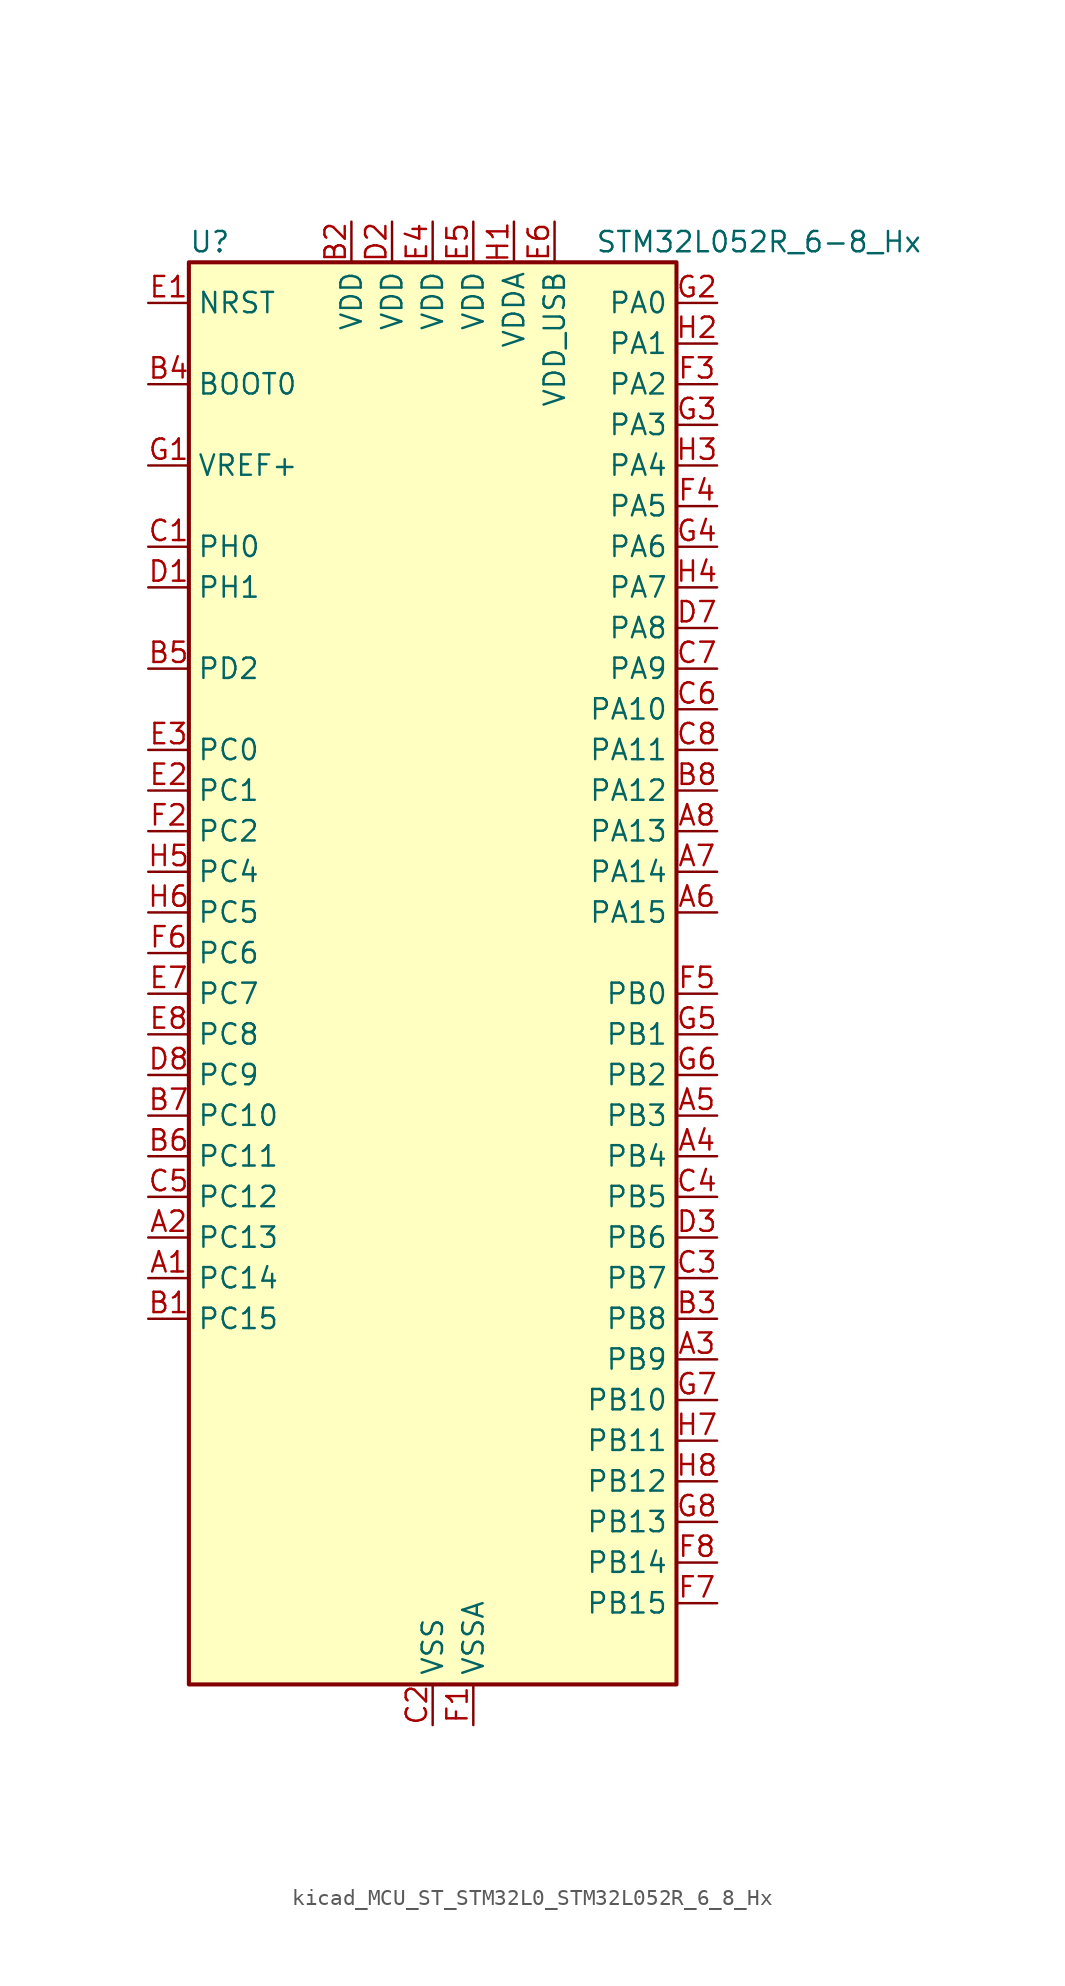
<source format=kicad_sym>
(kicad_symbol_lib
  (version 20220914)
  (generator kicad_symbol_editor)
  (symbol "kicad_MCU_ST_STM32L0_STM32L052R_6_8_Hx"
    (property "Reference" "U"
      (at -15.24 46.99 0)
      (effects (font (size 1.27 1.27)) (justify left)))
    (property "Value" "STM32L052R_6-8_Hx"
      (at 10.16 46.99 0)
      (effects (font (size 1.27 1.27)) (justify left)))
    (property "ki_locked" ""
      (at 0 0 0)
      (effects (font (size 1.27 1.27))))
    (symbol "kicad_MCU_ST_STM32L0_STM32L052R_6_8_Hx_0_1"
      (rectangle (start -15.24 -43.18) (end 15.24 45.72) (stroke (width 0.254) (type default)) (fill (type background))))
    (symbol "kicad_MCU_ST_STM32L0_STM32L052R_6_8_Hx_1_1"
      (pin bidirectional line (at -17.78 -17.78 0) (length 2.54) (name "PC14" (effects (font (size 1.27 1.27)))) (number "A1" (effects (font (size 1.27 1.27)))) (alternate "RCC_OSC32_IN" bidirectional line))
      (pin bidirectional line (at -17.78 -15.24 0) (length 2.54) (name "PC13" (effects (font (size 1.27 1.27)))) (number "A2" (effects (font (size 1.27 1.27)))) (alternate "RTC_OUT_ALARM" bidirectional line) (alternate "RTC_OUT_CALIB" bidirectional line) (alternate "RTC_TAMP1" bidirectional line) (alternate "RTC_TS" bidirectional line) (alternate "SYS_WKUP2" bidirectional line))
      (pin bidirectional line (at 17.78 -22.86 180) (length 2.54) (name "PB9" (effects (font (size 1.27 1.27)))) (number "A3" (effects (font (size 1.27 1.27)))) (alternate "DAC_EXTI9" bidirectional line) (alternate "I2C1_SDA" bidirectional line) (alternate "I2S2_WS" bidirectional line) (alternate "SPI2_NSS" bidirectional line))
      (pin bidirectional line (at 17.78 -10.16 180) (length 2.54) (name "PB4" (effects (font (size 1.27 1.27)))) (number "A4" (effects (font (size 1.27 1.27)))) (alternate "COMP2_INP" bidirectional line) (alternate "SPI1_MISO" bidirectional line) (alternate "TIM22_CH1" bidirectional line) (alternate "TSC_G5_IO2" bidirectional line))
      (pin bidirectional line (at 17.78 -7.62 180) (length 2.54) (name "PB3" (effects (font (size 1.27 1.27)))) (number "A5" (effects (font (size 1.27 1.27)))) (alternate "COMP2_INM" bidirectional line) (alternate "SPI1_SCK" bidirectional line) (alternate "TIM2_CH2" bidirectional line) (alternate "TSC_G5_IO1" bidirectional line))
      (pin bidirectional line (at 17.78 5.08 180) (length 2.54) (name "PA15" (effects (font (size 1.27 1.27)))) (number "A6" (effects (font (size 1.27 1.27)))) (alternate "SPI1_NSS" bidirectional line) (alternate "TIM2_CH1" bidirectional line) (alternate "TIM2_ETR" bidirectional line) (alternate "USART2_RX" bidirectional line))
      (pin bidirectional line (at 17.78 7.62 180) (length 2.54) (name "PA14" (effects (font (size 1.27 1.27)))) (number "A7" (effects (font (size 1.27 1.27)))) (alternate "SYS_SWCLK" bidirectional line) (alternate "USART2_TX" bidirectional line))
      (pin bidirectional line (at 17.78 10.16 180) (length 2.54) (name "PA13" (effects (font (size 1.27 1.27)))) (number "A8" (effects (font (size 1.27 1.27)))) (alternate "SYS_SWDIO" bidirectional line) (alternate "USB_NOE" bidirectional line))
      (pin bidirectional line (at -17.78 -20.32 0) (length 2.54) (name "PC15" (effects (font (size 1.27 1.27)))) (number "B1" (effects (font (size 1.27 1.27)))) (alternate "RCC_OSC32_OUT" bidirectional line))
      (pin power_in line (at -5.08 48.26 270) (length 2.54) (name "VDD" (effects (font (size 1.27 1.27)))) (number "B2" (effects (font (size 1.27 1.27)))))
      (pin bidirectional line (at 17.78 -20.32 180) (length 2.54) (name "PB8" (effects (font (size 1.27 1.27)))) (number "B3" (effects (font (size 1.27 1.27)))) (alternate "I2C1_SCL" bidirectional line) (alternate "TSC_SYNC" bidirectional line))
      (pin input line (at -17.78 38.1 0) (length 2.54) (name "BOOT0" (effects (font (size 1.27 1.27)))) (number "B4" (effects (font (size 1.27 1.27)))))
      (pin bidirectional line (at -17.78 20.32 0) (length 2.54) (name "PD2" (effects (font (size 1.27 1.27)))) (number "B5" (effects (font (size 1.27 1.27)))) (alternate "LPUART1_DE" bidirectional line) (alternate "LPUART1_RTS" bidirectional line))
      (pin bidirectional line (at -17.78 -10.16 0) (length 2.54) (name "PC11" (effects (font (size 1.27 1.27)))) (number "B6" (effects (font (size 1.27 1.27)))) (alternate "ADC_EXTI11" bidirectional line) (alternate "LPUART1_RX" bidirectional line))
      (pin bidirectional line (at -17.78 -7.62 0) (length 2.54) (name "PC10" (effects (font (size 1.27 1.27)))) (number "B7" (effects (font (size 1.27 1.27)))) (alternate "LPUART1_TX" bidirectional line))
      (pin bidirectional line (at 17.78 12.7 180) (length 2.54) (name "PA12" (effects (font (size 1.27 1.27)))) (number "B8" (effects (font (size 1.27 1.27)))) (alternate "COMP2_OUT" bidirectional line) (alternate "SPI1_MOSI" bidirectional line) (alternate "TSC_G4_IO4" bidirectional line) (alternate "USART1_DE" bidirectional line) (alternate "USART1_RTS" bidirectional line) (alternate "USB_DP" bidirectional line))
      (pin bidirectional line (at -17.78 27.94 0) (length 2.54) (name "PH0" (effects (font (size 1.27 1.27)))) (number "C1" (effects (font (size 1.27 1.27)))) (alternate "CRS_SYNC" bidirectional line) (alternate "RCC_OSC_IN" bidirectional line))
      (pin power_in line (at 0 -45.72 90) (length 2.54) (name "VSS" (effects (font (size 1.27 1.27)))) (number "C2" (effects (font (size 1.27 1.27)))))
      (pin bidirectional line (at 17.78 -17.78 180) (length 2.54) (name "PB7" (effects (font (size 1.27 1.27)))) (number "C3" (effects (font (size 1.27 1.27)))) (alternate "COMP2_INP" bidirectional line) (alternate "I2C1_SDA" bidirectional line) (alternate "LPTIM1_IN2" bidirectional line) (alternate "SYS_PVD_IN" bidirectional line) (alternate "TSC_G5_IO4" bidirectional line) (alternate "USART1_RX" bidirectional line))
      (pin bidirectional line (at 17.78 -12.7 180) (length 2.54) (name "PB5" (effects (font (size 1.27 1.27)))) (number "C4" (effects (font (size 1.27 1.27)))) (alternate "COMP2_INP" bidirectional line) (alternate "I2C1_SMBA" bidirectional line) (alternate "LPTIM1_IN1" bidirectional line) (alternate "SPI1_MOSI" bidirectional line) (alternate "TIM22_CH2" bidirectional line))
      (pin bidirectional line (at -17.78 -12.7 0) (length 2.54) (name "PC12" (effects (font (size 1.27 1.27)))) (number "C5" (effects (font (size 1.27 1.27)))))
      (pin bidirectional line (at 17.78 17.78 180) (length 2.54) (name "PA10" (effects (font (size 1.27 1.27)))) (number "C6" (effects (font (size 1.27 1.27)))) (alternate "TSC_G4_IO2" bidirectional line) (alternate "USART1_RX" bidirectional line))
      (pin bidirectional line (at 17.78 20.32 180) (length 2.54) (name "PA9" (effects (font (size 1.27 1.27)))) (number "C7" (effects (font (size 1.27 1.27)))) (alternate "DAC_EXTI9" bidirectional line) (alternate "RCC_MCO" bidirectional line) (alternate "TSC_G4_IO1" bidirectional line) (alternate "USART1_TX" bidirectional line))
      (pin bidirectional line (at 17.78 15.24 180) (length 2.54) (name "PA11" (effects (font (size 1.27 1.27)))) (number "C8" (effects (font (size 1.27 1.27)))) (alternate "ADC_EXTI11" bidirectional line) (alternate "COMP1_OUT" bidirectional line) (alternate "SPI1_MISO" bidirectional line) (alternate "TSC_G4_IO3" bidirectional line) (alternate "USART1_CTS" bidirectional line) (alternate "USB_DM" bidirectional line))
      (pin bidirectional line (at -17.78 25.4 0) (length 2.54) (name "PH1" (effects (font (size 1.27 1.27)))) (number "D1" (effects (font (size 1.27 1.27)))) (alternate "RCC_OSC_OUT" bidirectional line))
      (pin power_in line (at -2.54 48.26 270) (length 2.54) (name "VDD" (effects (font (size 1.27 1.27)))) (number "D2" (effects (font (size 1.27 1.27)))))
      (pin bidirectional line (at 17.78 -15.24 180) (length 2.54) (name "PB6" (effects (font (size 1.27 1.27)))) (number "D3" (effects (font (size 1.27 1.27)))) (alternate "COMP2_INP" bidirectional line) (alternate "I2C1_SCL" bidirectional line) (alternate "LPTIM1_ETR" bidirectional line) (alternate "TSC_G5_IO3" bidirectional line) (alternate "USART1_TX" bidirectional line))
      (pin passive line (at 0 -45.72 90) (length 2.54) hide (name "VSS" (effects (font (size 1.27 1.27)))) (number "D4" (effects (font (size 1.27 1.27)))))
      (pin passive line (at 0 -45.72 90) (length 2.54) hide (name "VSS" (effects (font (size 1.27 1.27)))) (number "D5" (effects (font (size 1.27 1.27)))))
      (pin passive line (at 0 -45.72 90) (length 2.54) hide (name "VSS" (effects (font (size 1.27 1.27)))) (number "D6" (effects (font (size 1.27 1.27)))))
      (pin bidirectional line (at 17.78 22.86 180) (length 2.54) (name "PA8" (effects (font (size 1.27 1.27)))) (number "D7" (effects (font (size 1.27 1.27)))) (alternate "CRS_SYNC" bidirectional line) (alternate "RCC_MCO" bidirectional line) (alternate "USART1_CK" bidirectional line))
      (pin bidirectional line (at -17.78 -5.08 0) (length 2.54) (name "PC9" (effects (font (size 1.27 1.27)))) (number "D8" (effects (font (size 1.27 1.27)))) (alternate "DAC_EXTI9" bidirectional line) (alternate "TIM21_ETR" bidirectional line) (alternate "TSC_G8_IO4" bidirectional line) (alternate "USB_NOE" bidirectional line))
      (pin input line (at -17.78 43.18 0) (length 2.54) (name "NRST" (effects (font (size 1.27 1.27)))) (number "E1" (effects (font (size 1.27 1.27)))))
      (pin bidirectional line (at -17.78 12.7 0) (length 2.54) (name "PC1" (effects (font (size 1.27 1.27)))) (number "E2" (effects (font (size 1.27 1.27)))) (alternate "ADC_IN11" bidirectional line) (alternate "LPTIM1_OUT" bidirectional line) (alternate "TSC_G7_IO2" bidirectional line))
      (pin bidirectional line (at -17.78 15.24 0) (length 2.54) (name "PC0" (effects (font (size 1.27 1.27)))) (number "E3" (effects (font (size 1.27 1.27)))) (alternate "ADC_IN10" bidirectional line) (alternate "LPTIM1_IN1" bidirectional line) (alternate "TSC_G7_IO1" bidirectional line))
      (pin power_in line (at 0 48.26 270) (length 2.54) (name "VDD" (effects (font (size 1.27 1.27)))) (number "E4" (effects (font (size 1.27 1.27)))))
      (pin power_in line (at 2.54 48.26 270) (length 2.54) (name "VDD" (effects (font (size 1.27 1.27)))) (number "E5" (effects (font (size 1.27 1.27)))))
      (pin power_in line (at 7.62 48.26 270) (length 2.54) (name "VDD_USB" (effects (font (size 1.27 1.27)))) (number "E6" (effects (font (size 1.27 1.27)))))
      (pin bidirectional line (at -17.78 0 0) (length 2.54) (name "PC7" (effects (font (size 1.27 1.27)))) (number "E7" (effects (font (size 1.27 1.27)))) (alternate "TIM22_CH2" bidirectional line) (alternate "TSC_G8_IO2" bidirectional line))
      (pin bidirectional line (at -17.78 -2.54 0) (length 2.54) (name "PC8" (effects (font (size 1.27 1.27)))) (number "E8" (effects (font (size 1.27 1.27)))) (alternate "TIM22_ETR" bidirectional line) (alternate "TSC_G8_IO3" bidirectional line))
      (pin power_in line (at 2.54 -45.72 90) (length 2.54) (name "VSSA" (effects (font (size 1.27 1.27)))) (number "F1" (effects (font (size 1.27 1.27)))))
      (pin bidirectional line (at -17.78 10.16 0) (length 2.54) (name "PC2" (effects (font (size 1.27 1.27)))) (number "F2" (effects (font (size 1.27 1.27)))) (alternate "ADC_IN12" bidirectional line) (alternate "I2S2_MCK" bidirectional line) (alternate "LPTIM1_IN2" bidirectional line) (alternate "SPI2_MISO" bidirectional line) (alternate "TSC_G7_IO3" bidirectional line))
      (pin bidirectional line (at 17.78 38.1 180) (length 2.54) (name "PA2" (effects (font (size 1.27 1.27)))) (number "F3" (effects (font (size 1.27 1.27)))) (alternate "ADC_IN2" bidirectional line) (alternate "COMP2_INM" bidirectional line) (alternate "COMP2_OUT" bidirectional line) (alternate "TIM21_CH1" bidirectional line) (alternate "TIM2_CH3" bidirectional line) (alternate "TSC_G1_IO3" bidirectional line) (alternate "USART2_TX" bidirectional line))
      (pin bidirectional line (at 17.78 30.48 180) (length 2.54) (name "PA5" (effects (font (size 1.27 1.27)))) (number "F4" (effects (font (size 1.27 1.27)))) (alternate "ADC_IN5" bidirectional line) (alternate "COMP1_INM" bidirectional line) (alternate "COMP2_INM" bidirectional line) (alternate "SPI1_SCK" bidirectional line) (alternate "TIM2_CH1" bidirectional line) (alternate "TIM2_ETR" bidirectional line) (alternate "TSC_G2_IO2" bidirectional line))
      (pin bidirectional line (at 17.78 0 180) (length 2.54) (name "PB0" (effects (font (size 1.27 1.27)))) (number "F5" (effects (font (size 1.27 1.27)))) (alternate "ADC_IN8" bidirectional line) (alternate "SYS_VREF_OUT_PB0" bidirectional line) (alternate "TSC_G3_IO2" bidirectional line))
      (pin bidirectional line (at -17.78 2.54 0) (length 2.54) (name "PC6" (effects (font (size 1.27 1.27)))) (number "F6" (effects (font (size 1.27 1.27)))) (alternate "TIM22_CH1" bidirectional line) (alternate "TSC_G8_IO1" bidirectional line))
      (pin bidirectional line (at 17.78 -38.1 180) (length 2.54) (name "PB15" (effects (font (size 1.27 1.27)))) (number "F7" (effects (font (size 1.27 1.27)))) (alternate "I2S2_SD" bidirectional line) (alternate "RTC_REFIN" bidirectional line) (alternate "SPI2_MOSI" bidirectional line))
      (pin bidirectional line (at 17.78 -35.56 180) (length 2.54) (name "PB14" (effects (font (size 1.27 1.27)))) (number "F8" (effects (font (size 1.27 1.27)))) (alternate "I2C2_SDA" bidirectional line) (alternate "I2S2_MCK" bidirectional line) (alternate "LPUART1_DE" bidirectional line) (alternate "LPUART1_RTS" bidirectional line) (alternate "RTC_OUT_ALARM" bidirectional line) (alternate "RTC_OUT_CALIB" bidirectional line) (alternate "SPI2_MISO" bidirectional line) (alternate "TIM21_CH2" bidirectional line) (alternate "TSC_G6_IO4" bidirectional line))
      (pin input line (at -17.78 33.02 0) (length 2.54) (name "VREF+" (effects (font (size 1.27 1.27)))) (number "G1" (effects (font (size 1.27 1.27)))))
      (pin bidirectional line (at 17.78 43.18 180) (length 2.54) (name "PA0" (effects (font (size 1.27 1.27)))) (number "G2" (effects (font (size 1.27 1.27)))) (alternate "ADC_IN0" bidirectional line) (alternate "COMP1_INM" bidirectional line) (alternate "COMP1_OUT" bidirectional line) (alternate "RTC_TAMP2" bidirectional line) (alternate "SYS_WKUP1" bidirectional line) (alternate "TIM2_CH1" bidirectional line) (alternate "TIM2_ETR" bidirectional line) (alternate "TSC_G1_IO1" bidirectional line) (alternate "USART2_CTS" bidirectional line))
      (pin bidirectional line (at 17.78 35.56 180) (length 2.54) (name "PA3" (effects (font (size 1.27 1.27)))) (number "G3" (effects (font (size 1.27 1.27)))) (alternate "ADC_IN3" bidirectional line) (alternate "COMP2_INP" bidirectional line) (alternate "TIM21_CH2" bidirectional line) (alternate "TIM2_CH4" bidirectional line) (alternate "TSC_G1_IO4" bidirectional line) (alternate "USART2_RX" bidirectional line))
      (pin bidirectional line (at 17.78 27.94 180) (length 2.54) (name "PA6" (effects (font (size 1.27 1.27)))) (number "G4" (effects (font (size 1.27 1.27)))) (alternate "ADC_IN6" bidirectional line) (alternate "COMP1_OUT" bidirectional line) (alternate "LPUART1_CTS" bidirectional line) (alternate "SPI1_MISO" bidirectional line) (alternate "TIM22_CH1" bidirectional line) (alternate "TSC_G2_IO3" bidirectional line))
      (pin bidirectional line (at 17.78 -2.54 180) (length 2.54) (name "PB1" (effects (font (size 1.27 1.27)))) (number "G5" (effects (font (size 1.27 1.27)))) (alternate "ADC_IN9" bidirectional line) (alternate "LPUART1_DE" bidirectional line) (alternate "LPUART1_RTS" bidirectional line) (alternate "SYS_VREF_OUT_PB1" bidirectional line) (alternate "TSC_G3_IO3" bidirectional line))
      (pin bidirectional line (at 17.78 -5.08 180) (length 2.54) (name "PB2" (effects (font (size 1.27 1.27)))) (number "G6" (effects (font (size 1.27 1.27)))) (alternate "LPTIM1_OUT" bidirectional line) (alternate "TSC_G3_IO4" bidirectional line))
      (pin bidirectional line (at 17.78 -25.4 180) (length 2.54) (name "PB10" (effects (font (size 1.27 1.27)))) (number "G7" (effects (font (size 1.27 1.27)))) (alternate "I2C2_SCL" bidirectional line) (alternate "LPUART1_TX" bidirectional line) (alternate "SPI2_SCK" bidirectional line) (alternate "TIM2_CH3" bidirectional line) (alternate "TSC_SYNC" bidirectional line))
      (pin bidirectional line (at 17.78 -33.02 180) (length 2.54) (name "PB13" (effects (font (size 1.27 1.27)))) (number "G8" (effects (font (size 1.27 1.27)))) (alternate "I2C2_SCL" bidirectional line) (alternate "I2S2_CK" bidirectional line) (alternate "LPUART1_CTS" bidirectional line) (alternate "SPI2_SCK" bidirectional line) (alternate "TIM21_CH1" bidirectional line) (alternate "TSC_G6_IO3" bidirectional line))
      (pin power_in line (at 5.08 48.26 270) (length 2.54) (name "VDDA" (effects (font (size 1.27 1.27)))) (number "H1" (effects (font (size 1.27 1.27)))))
      (pin bidirectional line (at 17.78 40.64 180) (length 2.54) (name "PA1" (effects (font (size 1.27 1.27)))) (number "H2" (effects (font (size 1.27 1.27)))) (alternate "ADC_IN1" bidirectional line) (alternate "COMP1_INP" bidirectional line) (alternate "TIM21_ETR" bidirectional line) (alternate "TIM2_CH2" bidirectional line) (alternate "TSC_G1_IO2" bidirectional line) (alternate "USART2_DE" bidirectional line) (alternate "USART2_RTS" bidirectional line))
      (pin bidirectional line (at 17.78 33.02 180) (length 2.54) (name "PA4" (effects (font (size 1.27 1.27)))) (number "H3" (effects (font (size 1.27 1.27)))) (alternate "ADC_IN4" bidirectional line) (alternate "COMP1_INM" bidirectional line) (alternate "COMP2_INM" bidirectional line) (alternate "DAC_OUT1" bidirectional line) (alternate "SPI1_NSS" bidirectional line) (alternate "TIM22_ETR" bidirectional line) (alternate "TSC_G2_IO1" bidirectional line) (alternate "USART2_CK" bidirectional line))
      (pin bidirectional line (at 17.78 25.4 180) (length 2.54) (name "PA7" (effects (font (size 1.27 1.27)))) (number "H4" (effects (font (size 1.27 1.27)))) (alternate "ADC_IN7" bidirectional line) (alternate "COMP2_OUT" bidirectional line) (alternate "SPI1_MOSI" bidirectional line) (alternate "TIM22_CH2" bidirectional line) (alternate "TSC_G2_IO4" bidirectional line))
      (pin bidirectional line (at -17.78 7.62 0) (length 2.54) (name "PC4" (effects (font (size 1.27 1.27)))) (number "H5" (effects (font (size 1.27 1.27)))) (alternate "ADC_IN14" bidirectional line) (alternate "LPUART1_TX" bidirectional line))
      (pin bidirectional line (at -17.78 5.08 0) (length 2.54) (name "PC5" (effects (font (size 1.27 1.27)))) (number "H6" (effects (font (size 1.27 1.27)))) (alternate "ADC_IN15" bidirectional line) (alternate "LPUART1_RX" bidirectional line) (alternate "TSC_G3_IO1" bidirectional line))
      (pin bidirectional line (at 17.78 -27.94 180) (length 2.54) (name "PB11" (effects (font (size 1.27 1.27)))) (number "H7" (effects (font (size 1.27 1.27)))) (alternate "ADC_EXTI11" bidirectional line) (alternate "I2C2_SDA" bidirectional line) (alternate "LPUART1_RX" bidirectional line) (alternate "TIM2_CH4" bidirectional line) (alternate "TSC_G6_IO1" bidirectional line))
      (pin bidirectional line (at 17.78 -30.48 180) (length 2.54) (name "PB12" (effects (font (size 1.27 1.27)))) (number "H8" (effects (font (size 1.27 1.27)))) (alternate "I2S2_WS" bidirectional line) (alternate "LPUART1_DE" bidirectional line) (alternate "LPUART1_RTS" bidirectional line) (alternate "SPI2_NSS" bidirectional line) (alternate "TSC_G6_IO2" bidirectional line)))))
</source>
